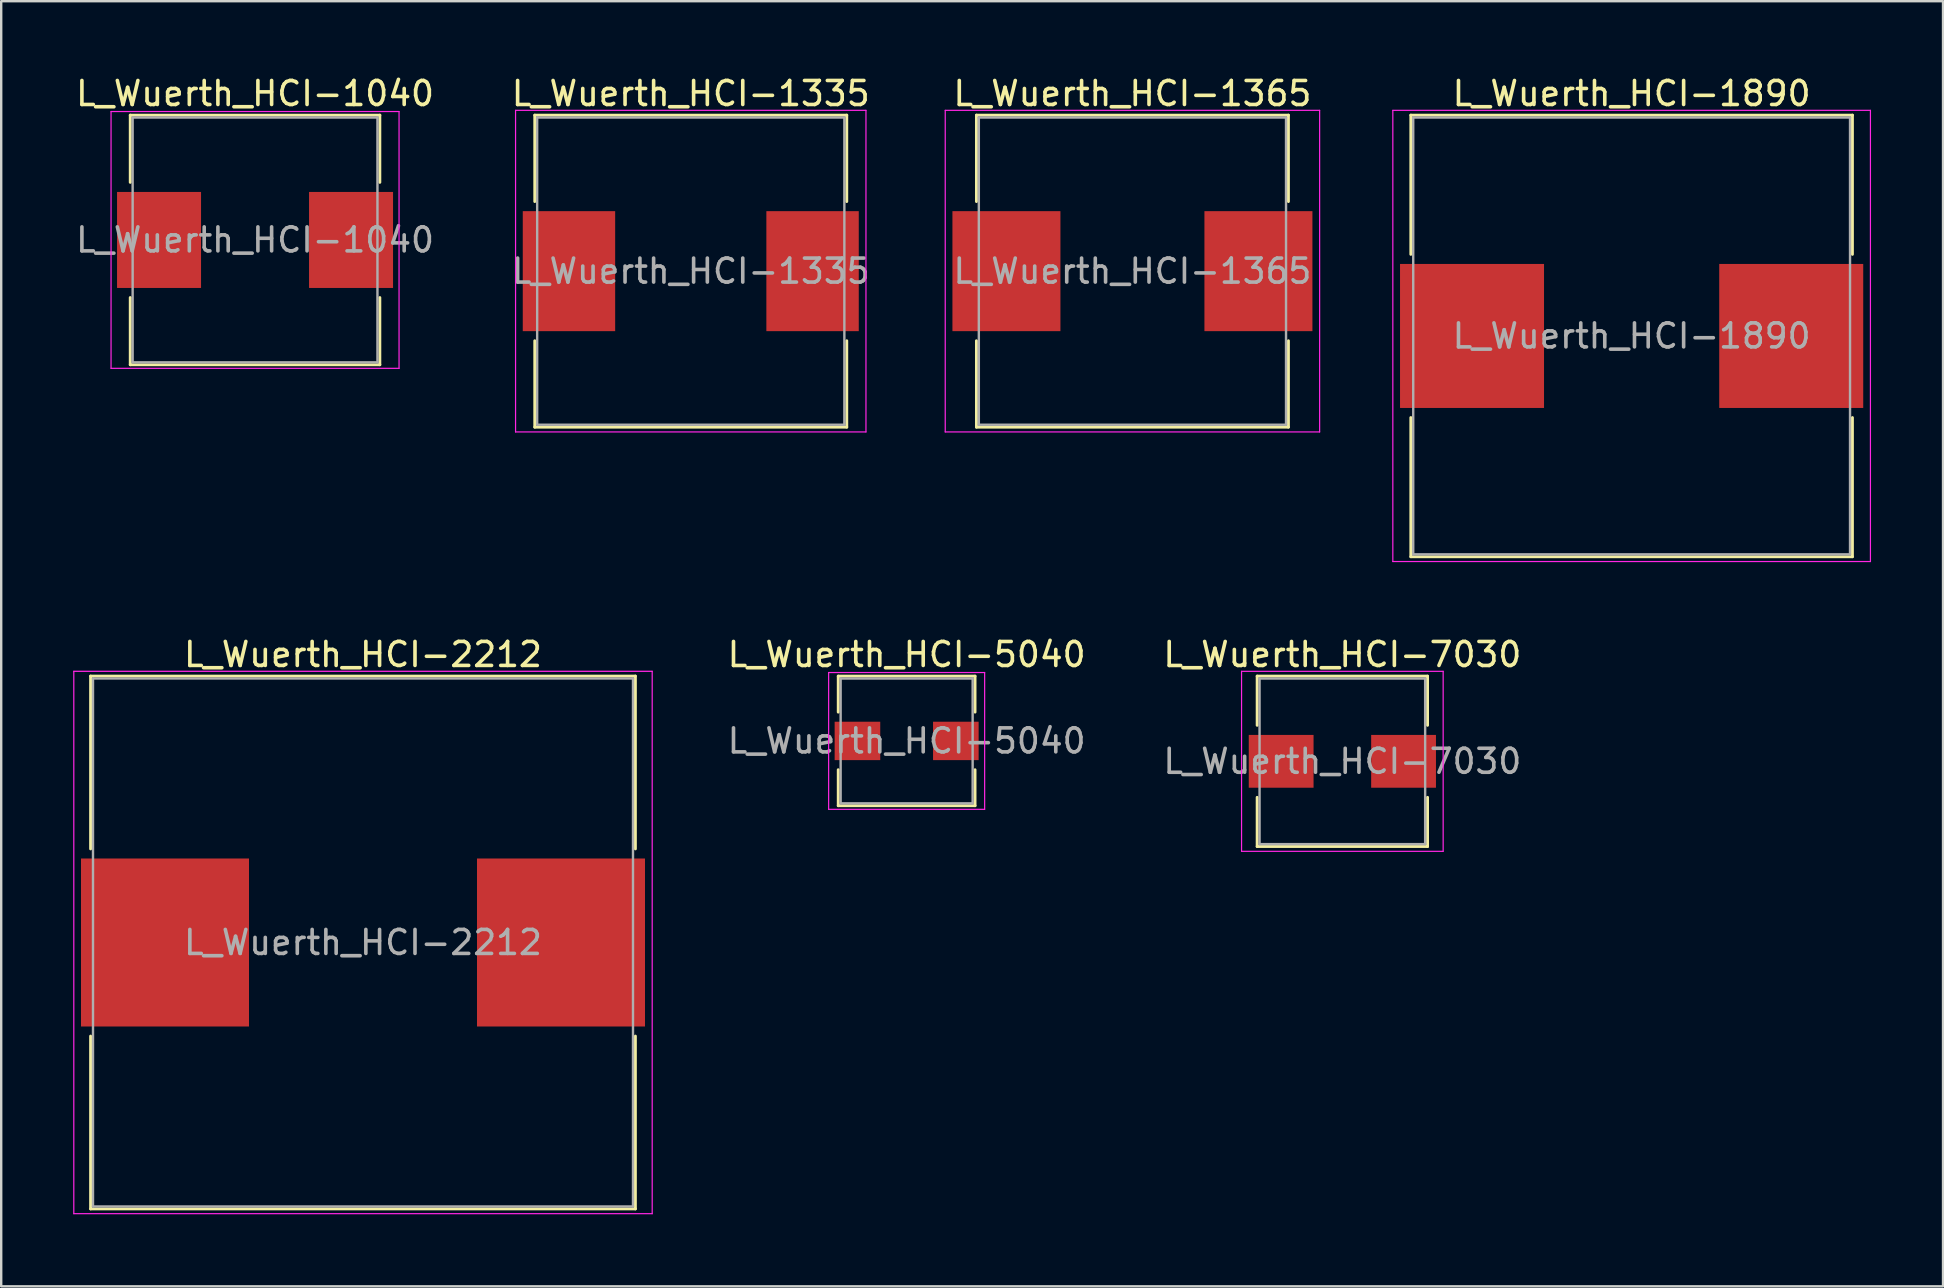
<source format=kicad_pcb>
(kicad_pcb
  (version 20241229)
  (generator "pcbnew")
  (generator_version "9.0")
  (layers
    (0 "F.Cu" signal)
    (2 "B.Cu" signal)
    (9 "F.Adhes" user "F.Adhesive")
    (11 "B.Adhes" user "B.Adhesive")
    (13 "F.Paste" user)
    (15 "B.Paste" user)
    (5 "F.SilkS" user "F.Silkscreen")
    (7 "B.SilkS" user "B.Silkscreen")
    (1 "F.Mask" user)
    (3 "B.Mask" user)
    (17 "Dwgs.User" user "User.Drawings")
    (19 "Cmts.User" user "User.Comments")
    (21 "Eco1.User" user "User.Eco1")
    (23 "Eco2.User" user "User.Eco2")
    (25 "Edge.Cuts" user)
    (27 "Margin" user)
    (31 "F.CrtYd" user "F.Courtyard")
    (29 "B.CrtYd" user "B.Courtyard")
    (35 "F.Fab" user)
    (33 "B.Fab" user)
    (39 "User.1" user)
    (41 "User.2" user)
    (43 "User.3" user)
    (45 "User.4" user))
  (footprint "L_Wuerth_HCI-2212"
    (layer "F.Cu")
    (at 12.075 36.221)
    (property "Reference" "L_Wuerth_HCI-2212" (at 0 -12 0) (layer "F.SilkS") (effects (font (size 1 1) (thickness 0.15))))
    (attr smd)
    (fp_line (start -11.35 -11.1) (end 11.35 -11.1) (stroke (width 0.12) (type solid)) (layer "F.SilkS"))
    (fp_line (start -11.35 -3.9) (end -11.35 -11.1) (stroke (width 0.12) (type solid)) (layer "F.SilkS"))
    (fp_line (start -11.35 3.9) (end -11.35 11.1) (stroke (width 0.12) (type solid)) (layer "F.SilkS"))
    (fp_line (start -11.35 11.1) (end 11.35 11.1) (stroke (width 0.12) (type solid)) (layer "F.SilkS"))
    (fp_line (start 11.35 -11.1) (end 11.35 -3.9) (stroke (width 0.12) (type solid)) (layer "F.SilkS"))
    (fp_line (start 11.35 11.1) (end 11.35 3.9) (stroke (width 0.12) (type solid)) (layer "F.SilkS"))
    (fp_line (start -12.05 -11.3) (end -12.05 11.3) (stroke (width 0.05) (type solid)) (layer "F.CrtYd"))
    (fp_line (start -12.05 11.3) (end 12.05 11.3) (stroke (width 0.05) (type solid)) (layer "F.CrtYd"))
    (fp_line (start 12.05 -11.3) (end -12.05 -11.3) (stroke (width 0.05) (type solid)) (layer "F.CrtYd"))
    (fp_line (start 12.05 11.3) (end 12.05 -11.3) (stroke (width 0.05) (type solid)) (layer "F.CrtYd"))
    (fp_line (start -11.25 -11) (end -11.25 11) (stroke (width 0.1) (type solid)) (layer "F.Fab"))
    (fp_line (start -11.25 11) (end 11.25 11) (stroke (width 0.1) (type solid)) (layer "F.Fab"))
    (fp_line (start 11.25 -11) (end -11.25 -11) (stroke (width 0.1) (type solid)) (layer "F.Fab"))
    (fp_line (start 11.25 11) (end 11.25 -11) (stroke (width 0.1) (type solid)) (layer "F.Fab"))
    (fp_text user "${REFERENCE}" (at 0 0 0) (layer "F.Fab") (effects (font (size 1 1) (thickness 0.15))))
    (pad "1" smd rect (at -8.25 0) (size 7 7) (layers "F.Cu" "F.Mask" "F.Paste"))
    (pad "2" smd rect (at 8.25 0) (size 7 7) (layers "F.Cu" "F.Mask" "F.Paste")))
  (footprint "L_Wuerth_HCI-1040"
    (layer "F.Cu")
    (at 7.577 6.948)
    (property "Reference" "L_Wuerth_HCI-1040" (at 0 -6.1 0) (layer "F.SilkS") (effects (font (size 1 1) (thickness 0.15))))
    (attr smd)
    (fp_line (start -5.2 -5.2) (end 5.2 -5.2) (stroke (width 0.12) (type solid)) (layer "F.SilkS"))
    (fp_line (start -5.2 -2.4) (end -5.2 -5.2) (stroke (width 0.12) (type solid)) (layer "F.SilkS"))
    (fp_line (start -5.2 2.4) (end -5.2 5.2) (stroke (width 0.12) (type solid)) (layer "F.SilkS"))
    (fp_line (start -5.2 5.2) (end 5.2 5.2) (stroke (width 0.12) (type solid)) (layer "F.SilkS"))
    (fp_line (start 5.2 -5.2) (end 5.2 -2.4) (stroke (width 0.12) (type solid)) (layer "F.SilkS"))
    (fp_line (start 5.2 5.2) (end 5.2 2.4) (stroke (width 0.12) (type solid)) (layer "F.SilkS"))
    (fp_line (start -6 -5.35) (end -6 5.35) (stroke (width 0.05) (type solid)) (layer "F.CrtYd"))
    (fp_line (start -6 5.35) (end 6 5.35) (stroke (width 0.05) (type solid)) (layer "F.CrtYd"))
    (fp_line (start 6 -5.35) (end -6 -5.35) (stroke (width 0.05) (type solid)) (layer "F.CrtYd"))
    (fp_line (start 6 5.35) (end 6 -5.35) (stroke (width 0.05) (type solid)) (layer "F.CrtYd"))
    (fp_line (start -5.1 -5.1) (end -5.1 5.1) (stroke (width 0.1) (type solid)) (layer "F.Fab"))
    (fp_line (start -5.1 5.1) (end 5.1 5.1) (stroke (width 0.1) (type solid)) (layer "F.Fab"))
    (fp_line (start 5.1 -5.1) (end -5.1 -5.1) (stroke (width 0.1) (type solid)) (layer "F.Fab"))
    (fp_line (start 5.1 5.1) (end 5.1 -5.1) (stroke (width 0.1) (type solid)) (layer "F.Fab"))
    (fp_text user "${REFERENCE}" (at 0 0 0) (layer "F.Fab") (effects (font (size 1 1) (thickness 0.15))))
    (pad "1" smd rect (at -4 0) (size 3.5 4) (layers "F.Cu" "F.Mask" "F.Paste"))
    (pad "2" smd rect (at 4 0) (size 3.5 4) (layers "F.Cu" "F.Mask" "F.Paste")))
  (footprint "L_Wuerth_HCI-1365"
    (layer "F.Cu")
    (at 44.135 8.248)
    (property "Reference" "L_Wuerth_HCI-1365" (at 0 -7.4 0) (layer "F.SilkS") (effects (font (size 1 1) (thickness 0.15))))
    (attr smd)
    (fp_line (start -6.5 -6.5) (end 6.5 -6.5) (stroke (width 0.12) (type solid)) (layer "F.SilkS"))
    (fp_line (start -6.5 -2.9) (end -6.5 -6.5) (stroke (width 0.12) (type solid)) (layer "F.SilkS"))
    (fp_line (start -6.5 2.9) (end -6.5 6.5) (stroke (width 0.12) (type solid)) (layer "F.SilkS"))
    (fp_line (start -6.5 6.5) (end 6.5 6.5) (stroke (width 0.12) (type solid)) (layer "F.SilkS"))
    (fp_line (start 6.5 -6.5) (end 6.5 -2.9) (stroke (width 0.12) (type solid)) (layer "F.SilkS"))
    (fp_line (start 6.5 6.5) (end 6.5 2.9) (stroke (width 0.12) (type solid)) (layer "F.SilkS"))
    (fp_line (start -7.8 -6.7) (end -7.8 6.7) (stroke (width 0.05) (type solid)) (layer "F.CrtYd"))
    (fp_line (start -7.8 6.7) (end 7.8 6.7) (stroke (width 0.05) (type solid)) (layer "F.CrtYd"))
    (fp_line (start 7.8 -6.7) (end -7.8 -6.7) (stroke (width 0.05) (type solid)) (layer "F.CrtYd"))
    (fp_line (start 7.8 6.7) (end 7.8 -6.7) (stroke (width 0.05) (type solid)) (layer "F.CrtYd"))
    (fp_line (start -6.4 -6.4) (end -6.4 6.4) (stroke (width 0.1) (type solid)) (layer "F.Fab"))
    (fp_line (start -6.4 6.4) (end 6.4 6.4) (stroke (width 0.1) (type solid)) (layer "F.Fab"))
    (fp_line (start 6.4 -6.4) (end -6.4 -6.4) (stroke (width 0.1) (type solid)) (layer "F.Fab"))
    (fp_line (start 6.4 6.4) (end 6.4 -6.4) (stroke (width 0.1) (type solid)) (layer "F.Fab"))
    (fp_text user "${REFERENCE}" (at 0 0 0) (layer "F.Fab") (effects (font (size 1 1) (thickness 0.15))))
    (pad "1" smd rect (at -5.25 0) (size 4.5 5) (layers "F.Cu" "F.Mask" "F.Paste"))
    (pad "2" smd rect (at 5.25 0) (size 4.5 5) (layers "F.Cu" "F.Mask" "F.Paste")))
  (footprint "L_Wuerth_HCI-7030"
    (layer "F.Cu")
    (at 52.882 28.672)
    (property "Reference" "L_Wuerth_HCI-7030" (at 0 -4.45 0) (layer "F.SilkS") (effects (font (size 1 1) (thickness 0.15))))
    (attr smd)
    (fp_line (start -3.55 -3.55) (end 3.55 -3.55) (stroke (width 0.12) (type solid)) (layer "F.SilkS"))
    (fp_line (start -3.55 -1.5) (end -3.55 -3.55) (stroke (width 0.12) (type solid)) (layer "F.SilkS"))
    (fp_line (start -3.55 1.5) (end -3.55 3.55) (stroke (width 0.12) (type solid)) (layer "F.SilkS"))
    (fp_line (start -3.55 3.55) (end 3.55 3.55) (stroke (width 0.12) (type solid)) (layer "F.SilkS"))
    (fp_line (start 3.55 -3.55) (end 3.55 -1.5) (stroke (width 0.12) (type solid)) (layer "F.SilkS"))
    (fp_line (start 3.55 3.55) (end 3.55 1.5) (stroke (width 0.12) (type solid)) (layer "F.SilkS"))
    (fp_line (start -4.2 -3.75) (end -4.2 3.75) (stroke (width 0.05) (type solid)) (layer "F.CrtYd"))
    (fp_line (start -4.2 3.75) (end 4.2 3.75) (stroke (width 0.05) (type solid)) (layer "F.CrtYd"))
    (fp_line (start 4.2 -3.75) (end -4.2 -3.75) (stroke (width 0.05) (type solid)) (layer "F.CrtYd"))
    (fp_line (start 4.2 3.75) (end 4.2 -3.75) (stroke (width 0.05) (type solid)) (layer "F.CrtYd"))
    (fp_line (start -3.45 -3.45) (end -3.45 3.45) (stroke (width 0.1) (type solid)) (layer "F.Fab"))
    (fp_line (start -3.45 3.45) (end 3.45 3.45) (stroke (width 0.1) (type solid)) (layer "F.Fab"))
    (fp_line (start 3.45 -3.45) (end -3.45 -3.45) (stroke (width 0.1) (type solid)) (layer "F.Fab"))
    (fp_line (start 3.45 3.45) (end 3.45 -3.45) (stroke (width 0.1) (type solid)) (layer "F.Fab"))
    (fp_text user "${REFERENCE}" (at 0 0 0) (layer "F.Fab") (effects (font (size 1 1) (thickness 0.15))))
    (pad "1" smd rect (at -2.55 0) (size 2.7 2.2) (layers "F.Cu" "F.Mask" "F.Paste"))
    (pad "2" smd rect (at 2.55 0) (size 2.7 2.2) (layers "F.Cu" "F.Mask" "F.Paste")))
  (footprint "L_Wuerth_HCI-1890"
    (layer "F.Cu")
    (at 64.935 10.948)
    (property "Reference" "L_Wuerth_HCI-1890" (at 0 -10.1 0) (layer "F.SilkS") (effects (font (size 1 1) (thickness 0.15))))
    (attr smd)
    (fp_line (start -9.2 -9.2) (end 9.2 -9.2) (stroke (width 0.12) (type solid)) (layer "F.SilkS"))
    (fp_line (start -9.2 -3.4) (end -9.2 -9.2) (stroke (width 0.12) (type solid)) (layer "F.SilkS"))
    (fp_line (start -9.2 3.4) (end -9.2 9.2) (stroke (width 0.12) (type solid)) (layer "F.SilkS"))
    (fp_line (start -9.2 9.2) (end 9.2 9.2) (stroke (width 0.12) (type solid)) (layer "F.SilkS"))
    (fp_line (start 9.2 -9.2) (end 9.2 -3.4) (stroke (width 0.12) (type solid)) (layer "F.SilkS"))
    (fp_line (start 9.2 9.2) (end 9.2 3.4) (stroke (width 0.12) (type solid)) (layer "F.SilkS"))
    (fp_line (start -9.95 -9.4) (end -9.95 9.4) (stroke (width 0.05) (type solid)) (layer "F.CrtYd"))
    (fp_line (start -9.95 9.4) (end 9.95 9.4) (stroke (width 0.05) (type solid)) (layer "F.CrtYd"))
    (fp_line (start 9.95 -9.4) (end -9.95 -9.4) (stroke (width 0.05) (type solid)) (layer "F.CrtYd"))
    (fp_line (start 9.95 9.4) (end 9.95 -9.4) (stroke (width 0.05) (type solid)) (layer "F.CrtYd"))
    (fp_line (start -9.1 -9.1) (end -9.1 9.1) (stroke (width 0.1) (type solid)) (layer "F.Fab"))
    (fp_line (start -9.1 9.1) (end 9.1 9.1) (stroke (width 0.1) (type solid)) (layer "F.Fab"))
    (fp_line (start 9.1 -9.1) (end -9.1 -9.1) (stroke (width 0.1) (type solid)) (layer "F.Fab"))
    (fp_line (start 9.1 9.1) (end 9.1 -9.1) (stroke (width 0.1) (type solid)) (layer "F.Fab"))
    (fp_text user "${REFERENCE}" (at 0 0 0) (layer "F.Fab") (effects (font (size 1 1) (thickness 0.15))))
    (pad "1" smd rect (at -6.65 0) (size 6 6) (layers "F.Cu" "F.Mask" "F.Paste"))
    (pad "2" smd rect (at 6.65 0) (size 6 6) (layers "F.Cu" "F.Mask" "F.Paste")))
  (footprint "L_Wuerth_HCI-1335"
    (layer "F.Cu")
    (at 25.732 8.248)
    (property "Reference" "L_Wuerth_HCI-1335" (at 0 -7.4 0) (layer "F.SilkS") (effects (font (size 1 1) (thickness 0.15))))
    (attr smd)
    (fp_line (start -6.5 -6.5) (end 6.5 -6.5) (stroke (width 0.12) (type solid)) (layer "F.SilkS"))
    (fp_line (start -6.5 -2.9) (end -6.5 -6.5) (stroke (width 0.12) (type solid)) (layer "F.SilkS"))
    (fp_line (start -6.5 2.9) (end -6.5 6.5) (stroke (width 0.12) (type solid)) (layer "F.SilkS"))
    (fp_line (start -6.5 6.5) (end 6.5 6.5) (stroke (width 0.12) (type solid)) (layer "F.SilkS"))
    (fp_line (start 6.5 -6.5) (end 6.5 -2.9) (stroke (width 0.12) (type solid)) (layer "F.SilkS"))
    (fp_line (start 6.5 6.5) (end 6.5 2.9) (stroke (width 0.12) (type solid)) (layer "F.SilkS"))
    (fp_line (start -7.3 -6.7) (end -7.3 6.7) (stroke (width 0.05) (type solid)) (layer "F.CrtYd"))
    (fp_line (start -7.3 6.7) (end 7.3 6.7) (stroke (width 0.05) (type solid)) (layer "F.CrtYd"))
    (fp_line (start 7.3 -6.7) (end -7.3 -6.7) (stroke (width 0.05) (type solid)) (layer "F.CrtYd"))
    (fp_line (start 7.3 6.7) (end 7.3 -6.7) (stroke (width 0.05) (type solid)) (layer "F.CrtYd"))
    (fp_line (start -6.4 -6.4) (end -6.4 6.4) (stroke (width 0.1) (type solid)) (layer "F.Fab"))
    (fp_line (start -6.4 6.4) (end 6.4 6.4) (stroke (width 0.1) (type solid)) (layer "F.Fab"))
    (fp_line (start 6.4 -6.4) (end -6.4 -6.4) (stroke (width 0.1) (type solid)) (layer "F.Fab"))
    (fp_line (start 6.4 6.4) (end 6.4 -6.4) (stroke (width 0.1) (type solid)) (layer "F.Fab"))
    (fp_text user "${REFERENCE}" (at 0 0 0) (layer "F.Fab") (effects (font (size 1 1) (thickness 0.15))))
    (pad "1" smd rect (at -5.075 0) (size 3.85 5) (layers "F.Cu" "F.Mask" "F.Paste"))
    (pad "2" smd rect (at 5.075 0) (size 3.85 5) (layers "F.Cu" "F.Mask" "F.Paste")))
  (footprint "L_Wuerth_HCI-5040"
    (layer "F.Cu")
    (at 34.727 27.822)
    (property "Reference" "L_Wuerth_HCI-5040" (at 0 -3.6 0) (layer "F.SilkS") (effects (font (size 1 1) (thickness 0.15))))
    (attr smd)
    (fp_line (start -2.85 -2.7) (end 2.85 -2.7) (stroke (width 0.12) (type solid)) (layer "F.SilkS"))
    (fp_line (start -2.85 -1.2) (end -2.85 -2.7) (stroke (width 0.12) (type solid)) (layer "F.SilkS"))
    (fp_line (start -2.85 1.2) (end -2.85 2.7) (stroke (width 0.12) (type solid)) (layer "F.SilkS"))
    (fp_line (start -2.85 2.7) (end 2.85 2.7) (stroke (width 0.12) (type solid)) (layer "F.SilkS"))
    (fp_line (start 2.85 -2.7) (end 2.85 -1.2) (stroke (width 0.12) (type solid)) (layer "F.SilkS"))
    (fp_line (start 2.85 2.7) (end 2.85 1.2) (stroke (width 0.12) (type solid)) (layer "F.SilkS"))
    (fp_line (start -3.25 -2.85) (end -3.25 2.85) (stroke (width 0.05) (type solid)) (layer "F.CrtYd"))
    (fp_line (start -3.25 2.85) (end 3.25 2.85) (stroke (width 0.05) (type solid)) (layer "F.CrtYd"))
    (fp_line (start 3.25 -2.85) (end -3.25 -2.85) (stroke (width 0.05) (type solid)) (layer "F.CrtYd"))
    (fp_line (start 3.25 2.85) (end 3.25 -2.85) (stroke (width 0.05) (type solid)) (layer "F.CrtYd"))
    (fp_line (start -2.75 -2.6) (end -2.75 2.6) (stroke (width 0.1) (type solid)) (layer "F.Fab"))
    (fp_line (start -2.75 2.6) (end 2.75 2.6) (stroke (width 0.1) (type solid)) (layer "F.Fab"))
    (fp_line (start 2.75 -2.6) (end -2.75 -2.6) (stroke (width 0.1) (type solid)) (layer "F.Fab"))
    (fp_line (start 2.75 2.6) (end 2.75 -2.6) (stroke (width 0.1) (type solid)) (layer "F.Fab"))
    (fp_text user "${REFERENCE}" (at 0 0 0) (layer "F.Fab") (effects (font (size 1 1) (thickness 0.15))))
    (pad "1" smd rect (at -2.05 0) (size 1.9 1.6) (layers "F.Cu" "F.Mask" "F.Paste"))
    (pad "2" smd rect (at 2.05 0) (size 1.9 1.6) (layers "F.Cu" "F.Mask" "F.Paste")))
  (gr_rect
    (start -3 -3)
    (end 77.91 50.547)
    (stroke (width 0.1) (type default))
    (fill no)
    (layer "Edge.Cuts")))
</source>
